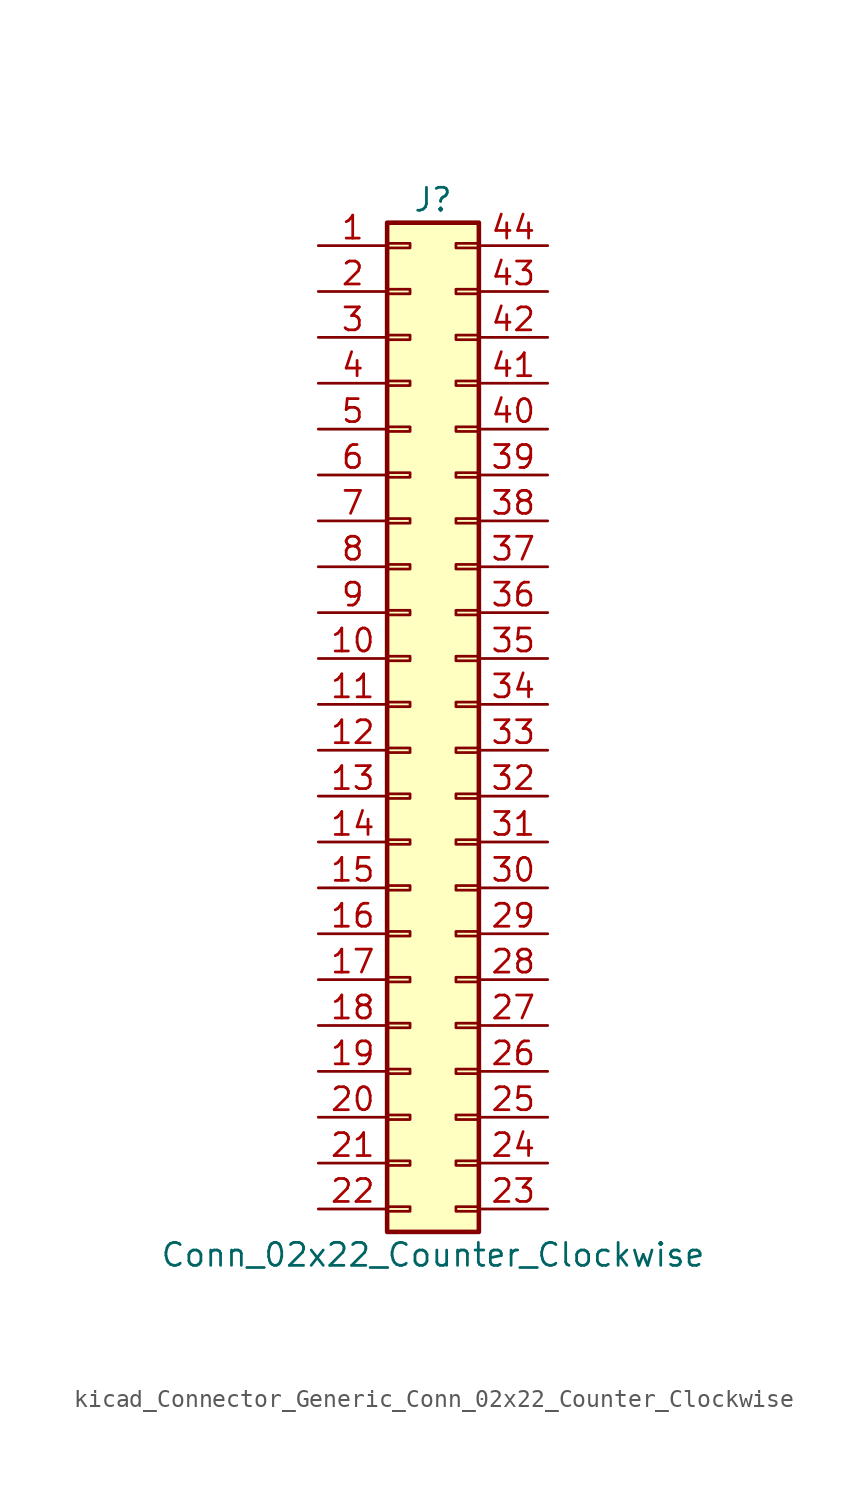
<source format=kicad_sym>
(kicad_symbol_lib
  (version 20220914)
  (generator kicad_symbol_editor)
  (symbol "kicad_Connector_Generic_Conn_02x22_Counter_Clockwise"
    (pin_names
      (offset 1.016) hide)
    (property "Reference" "J"
      (at 1.27 27.94 0)
      (effects (font (size 1.27 1.27))))
    (property "Value" "Conn_02x22_Counter_Clockwise"
      (at 1.27 -30.48 0)
      (effects (font (size 1.27 1.27))))
    (symbol "kicad_Connector_Generic_Conn_02x22_Counter_Clockwise_1_1"
      (rectangle (start -1.27 -27.813) (end 0 -28.067) (stroke (width 0.152) (type default)) (fill (type none)))
      (rectangle (start -1.27 -25.273) (end 0 -25.527) (stroke (width 0.152) (type default)) (fill (type none)))
      (rectangle (start -1.27 -22.733) (end 0 -22.987) (stroke (width 0.152) (type default)) (fill (type none)))
      (rectangle (start -1.27 -20.193) (end 0 -20.447) (stroke (width 0.152) (type default)) (fill (type none)))
      (rectangle (start -1.27 -17.653) (end 0 -17.907) (stroke (width 0.152) (type default)) (fill (type none)))
      (rectangle (start -1.27 -15.113) (end 0 -15.367) (stroke (width 0.152) (type default)) (fill (type none)))
      (rectangle (start -1.27 -12.573) (end 0 -12.827) (stroke (width 0.152) (type default)) (fill (type none)))
      (rectangle (start -1.27 -10.033) (end 0 -10.287) (stroke (width 0.152) (type default)) (fill (type none)))
      (rectangle (start -1.27 -7.493) (end 0 -7.747) (stroke (width 0.152) (type default)) (fill (type none)))
      (rectangle (start -1.27 -4.953) (end 0 -5.207) (stroke (width 0.152) (type default)) (fill (type none)))
      (rectangle (start -1.27 -2.413) (end 0 -2.667) (stroke (width 0.152) (type default)) (fill (type none)))
      (rectangle (start -1.27 0.127) (end 0 -0.127) (stroke (width 0.152) (type default)) (fill (type none)))
      (rectangle (start -1.27 2.667) (end 0 2.413) (stroke (width 0.152) (type default)) (fill (type none)))
      (rectangle (start -1.27 5.207) (end 0 4.953) (stroke (width 0.152) (type default)) (fill (type none)))
      (rectangle (start -1.27 7.747) (end 0 7.493) (stroke (width 0.152) (type default)) (fill (type none)))
      (rectangle (start -1.27 10.287) (end 0 10.033) (stroke (width 0.152) (type default)) (fill (type none)))
      (rectangle (start -1.27 12.827) (end 0 12.573) (stroke (width 0.152) (type default)) (fill (type none)))
      (rectangle (start -1.27 15.367) (end 0 15.113) (stroke (width 0.152) (type default)) (fill (type none)))
      (rectangle (start -1.27 17.907) (end 0 17.653) (stroke (width 0.152) (type default)) (fill (type none)))
      (rectangle (start -1.27 20.447) (end 0 20.193) (stroke (width 0.152) (type default)) (fill (type none)))
      (rectangle (start -1.27 22.987) (end 0 22.733) (stroke (width 0.152) (type default)) (fill (type none)))
      (rectangle (start -1.27 25.527) (end 0 25.273) (stroke (width 0.152) (type default)) (fill (type none)))
      (rectangle (start -1.27 26.67) (end 3.81 -29.21) (stroke (width 0.254) (type default)) (fill (type background)))
      (rectangle (start 3.81 -27.813) (end 2.54 -28.067) (stroke (width 0.152) (type default)) (fill (type none)))
      (rectangle (start 3.81 -25.273) (end 2.54 -25.527) (stroke (width 0.152) (type default)) (fill (type none)))
      (rectangle (start 3.81 -22.733) (end 2.54 -22.987) (stroke (width 0.152) (type default)) (fill (type none)))
      (rectangle (start 3.81 -20.193) (end 2.54 -20.447) (stroke (width 0.152) (type default)) (fill (type none)))
      (rectangle (start 3.81 -17.653) (end 2.54 -17.907) (stroke (width 0.152) (type default)) (fill (type none)))
      (rectangle (start 3.81 -15.113) (end 2.54 -15.367) (stroke (width 0.152) (type default)) (fill (type none)))
      (rectangle (start 3.81 -12.573) (end 2.54 -12.827) (stroke (width 0.152) (type default)) (fill (type none)))
      (rectangle (start 3.81 -10.033) (end 2.54 -10.287) (stroke (width 0.152) (type default)) (fill (type none)))
      (rectangle (start 3.81 -7.493) (end 2.54 -7.747) (stroke (width 0.152) (type default)) (fill (type none)))
      (rectangle (start 3.81 -4.953) (end 2.54 -5.207) (stroke (width 0.152) (type default)) (fill (type none)))
      (rectangle (start 3.81 -2.413) (end 2.54 -2.667) (stroke (width 0.152) (type default)) (fill (type none)))
      (rectangle (start 3.81 0.127) (end 2.54 -0.127) (stroke (width 0.152) (type default)) (fill (type none)))
      (rectangle (start 3.81 2.667) (end 2.54 2.413) (stroke (width 0.152) (type default)) (fill (type none)))
      (rectangle (start 3.81 5.207) (end 2.54 4.953) (stroke (width 0.152) (type default)) (fill (type none)))
      (rectangle (start 3.81 7.747) (end 2.54 7.493) (stroke (width 0.152) (type default)) (fill (type none)))
      (rectangle (start 3.81 10.287) (end 2.54 10.033) (stroke (width 0.152) (type default)) (fill (type none)))
      (rectangle (start 3.81 12.827) (end 2.54 12.573) (stroke (width 0.152) (type default)) (fill (type none)))
      (rectangle (start 3.81 15.367) (end 2.54 15.113) (stroke (width 0.152) (type default)) (fill (type none)))
      (rectangle (start 3.81 17.907) (end 2.54 17.653) (stroke (width 0.152) (type default)) (fill (type none)))
      (rectangle (start 3.81 20.447) (end 2.54 20.193) (stroke (width 0.152) (type default)) (fill (type none)))
      (rectangle (start 3.81 22.987) (end 2.54 22.733) (stroke (width 0.152) (type default)) (fill (type none)))
      (rectangle (start 3.81 25.527) (end 2.54 25.273) (stroke (width 0.152) (type default)) (fill (type none)))
      (pin passive line (at -5.08 25.4 0) (length 3.81) (name "Pin_1" (effects (font (size 1.27 1.27)))) (number "1" (effects (font (size 1.27 1.27)))))
      (pin passive line (at -5.08 2.54 0) (length 3.81) (name "Pin_10" (effects (font (size 1.27 1.27)))) (number "10" (effects (font (size 1.27 1.27)))))
      (pin passive line (at -5.08 0 0) (length 3.81) (name "Pin_11" (effects (font (size 1.27 1.27)))) (number "11" (effects (font (size 1.27 1.27)))))
      (pin passive line (at -5.08 -2.54 0) (length 3.81) (name "Pin_12" (effects (font (size 1.27 1.27)))) (number "12" (effects (font (size 1.27 1.27)))))
      (pin passive line (at -5.08 -5.08 0) (length 3.81) (name "Pin_13" (effects (font (size 1.27 1.27)))) (number "13" (effects (font (size 1.27 1.27)))))
      (pin passive line (at -5.08 -7.62 0) (length 3.81) (name "Pin_14" (effects (font (size 1.27 1.27)))) (number "14" (effects (font (size 1.27 1.27)))))
      (pin passive line (at -5.08 -10.16 0) (length 3.81) (name "Pin_15" (effects (font (size 1.27 1.27)))) (number "15" (effects (font (size 1.27 1.27)))))
      (pin passive line (at -5.08 -12.7 0) (length 3.81) (name "Pin_16" (effects (font (size 1.27 1.27)))) (number "16" (effects (font (size 1.27 1.27)))))
      (pin passive line (at -5.08 -15.24 0) (length 3.81) (name "Pin_17" (effects (font (size 1.27 1.27)))) (number "17" (effects (font (size 1.27 1.27)))))
      (pin passive line (at -5.08 -17.78 0) (length 3.81) (name "Pin_18" (effects (font (size 1.27 1.27)))) (number "18" (effects (font (size 1.27 1.27)))))
      (pin passive line (at -5.08 -20.32 0) (length 3.81) (name "Pin_19" (effects (font (size 1.27 1.27)))) (number "19" (effects (font (size 1.27 1.27)))))
      (pin passive line (at -5.08 22.86 0) (length 3.81) (name "Pin_2" (effects (font (size 1.27 1.27)))) (number "2" (effects (font (size 1.27 1.27)))))
      (pin passive line (at -5.08 -22.86 0) (length 3.81) (name "Pin_20" (effects (font (size 1.27 1.27)))) (number "20" (effects (font (size 1.27 1.27)))))
      (pin passive line (at -5.08 -25.4 0) (length 3.81) (name "Pin_21" (effects (font (size 1.27 1.27)))) (number "21" (effects (font (size 1.27 1.27)))))
      (pin passive line (at -5.08 -27.94 0) (length 3.81) (name "Pin_22" (effects (font (size 1.27 1.27)))) (number "22" (effects (font (size 1.27 1.27)))))
      (pin passive line (at 7.62 -27.94 180) (length 3.81) (name "Pin_23" (effects (font (size 1.27 1.27)))) (number "23" (effects (font (size 1.27 1.27)))))
      (pin passive line (at 7.62 -25.4 180) (length 3.81) (name "Pin_24" (effects (font (size 1.27 1.27)))) (number "24" (effects (font (size 1.27 1.27)))))
      (pin passive line (at 7.62 -22.86 180) (length 3.81) (name "Pin_25" (effects (font (size 1.27 1.27)))) (number "25" (effects (font (size 1.27 1.27)))))
      (pin passive line (at 7.62 -20.32 180) (length 3.81) (name "Pin_26" (effects (font (size 1.27 1.27)))) (number "26" (effects (font (size 1.27 1.27)))))
      (pin passive line (at 7.62 -17.78 180) (length 3.81) (name "Pin_27" (effects (font (size 1.27 1.27)))) (number "27" (effects (font (size 1.27 1.27)))))
      (pin passive line (at 7.62 -15.24 180) (length 3.81) (name "Pin_28" (effects (font (size 1.27 1.27)))) (number "28" (effects (font (size 1.27 1.27)))))
      (pin passive line (at 7.62 -12.7 180) (length 3.81) (name "Pin_29" (effects (font (size 1.27 1.27)))) (number "29" (effects (font (size 1.27 1.27)))))
      (pin passive line (at -5.08 20.32 0) (length 3.81) (name "Pin_3" (effects (font (size 1.27 1.27)))) (number "3" (effects (font (size 1.27 1.27)))))
      (pin passive line (at 7.62 -10.16 180) (length 3.81) (name "Pin_30" (effects (font (size 1.27 1.27)))) (number "30" (effects (font (size 1.27 1.27)))))
      (pin passive line (at 7.62 -7.62 180) (length 3.81) (name "Pin_31" (effects (font (size 1.27 1.27)))) (number "31" (effects (font (size 1.27 1.27)))))
      (pin passive line (at 7.62 -5.08 180) (length 3.81) (name "Pin_32" (effects (font (size 1.27 1.27)))) (number "32" (effects (font (size 1.27 1.27)))))
      (pin passive line (at 7.62 -2.54 180) (length 3.81) (name "Pin_33" (effects (font (size 1.27 1.27)))) (number "33" (effects (font (size 1.27 1.27)))))
      (pin passive line (at 7.62 0 180) (length 3.81) (name "Pin_34" (effects (font (size 1.27 1.27)))) (number "34" (effects (font (size 1.27 1.27)))))
      (pin passive line (at 7.62 2.54 180) (length 3.81) (name "Pin_35" (effects (font (size 1.27 1.27)))) (number "35" (effects (font (size 1.27 1.27)))))
      (pin passive line (at 7.62 5.08 180) (length 3.81) (name "Pin_36" (effects (font (size 1.27 1.27)))) (number "36" (effects (font (size 1.27 1.27)))))
      (pin passive line (at 7.62 7.62 180) (length 3.81) (name "Pin_37" (effects (font (size 1.27 1.27)))) (number "37" (effects (font (size 1.27 1.27)))))
      (pin passive line (at 7.62 10.16 180) (length 3.81) (name "Pin_38" (effects (font (size 1.27 1.27)))) (number "38" (effects (font (size 1.27 1.27)))))
      (pin passive line (at 7.62 12.7 180) (length 3.81) (name "Pin_39" (effects (font (size 1.27 1.27)))) (number "39" (effects (font (size 1.27 1.27)))))
      (pin passive line (at -5.08 17.78 0) (length 3.81) (name "Pin_4" (effects (font (size 1.27 1.27)))) (number "4" (effects (font (size 1.27 1.27)))))
      (pin passive line (at 7.62 15.24 180) (length 3.81) (name "Pin_40" (effects (font (size 1.27 1.27)))) (number "40" (effects (font (size 1.27 1.27)))))
      (pin passive line (at 7.62 17.78 180) (length 3.81) (name "Pin_41" (effects (font (size 1.27 1.27)))) (number "41" (effects (font (size 1.27 1.27)))))
      (pin passive line (at 7.62 20.32 180) (length 3.81) (name "Pin_42" (effects (font (size 1.27 1.27)))) (number "42" (effects (font (size 1.27 1.27)))))
      (pin passive line (at 7.62 22.86 180) (length 3.81) (name "Pin_43" (effects (font (size 1.27 1.27)))) (number "43" (effects (font (size 1.27 1.27)))))
      (pin passive line (at 7.62 25.4 180) (length 3.81) (name "Pin_44" (effects (font (size 1.27 1.27)))) (number "44" (effects (font (size 1.27 1.27)))))
      (pin passive line (at -5.08 15.24 0) (length 3.81) (name "Pin_5" (effects (font (size 1.27 1.27)))) (number "5" (effects (font (size 1.27 1.27)))))
      (pin passive line (at -5.08 12.7 0) (length 3.81) (name "Pin_6" (effects (font (size 1.27 1.27)))) (number "6" (effects (font (size 1.27 1.27)))))
      (pin passive line (at -5.08 10.16 0) (length 3.81) (name "Pin_7" (effects (font (size 1.27 1.27)))) (number "7" (effects (font (size 1.27 1.27)))))
      (pin passive line (at -5.08 7.62 0) (length 3.81) (name "Pin_8" (effects (font (size 1.27 1.27)))) (number "8" (effects (font (size 1.27 1.27)))))
      (pin passive line (at -5.08 5.08 0) (length 3.81) (name "Pin_9" (effects (font (size 1.27 1.27)))) (number "9" (effects (font (size 1.27 1.27))))))))
</source>
